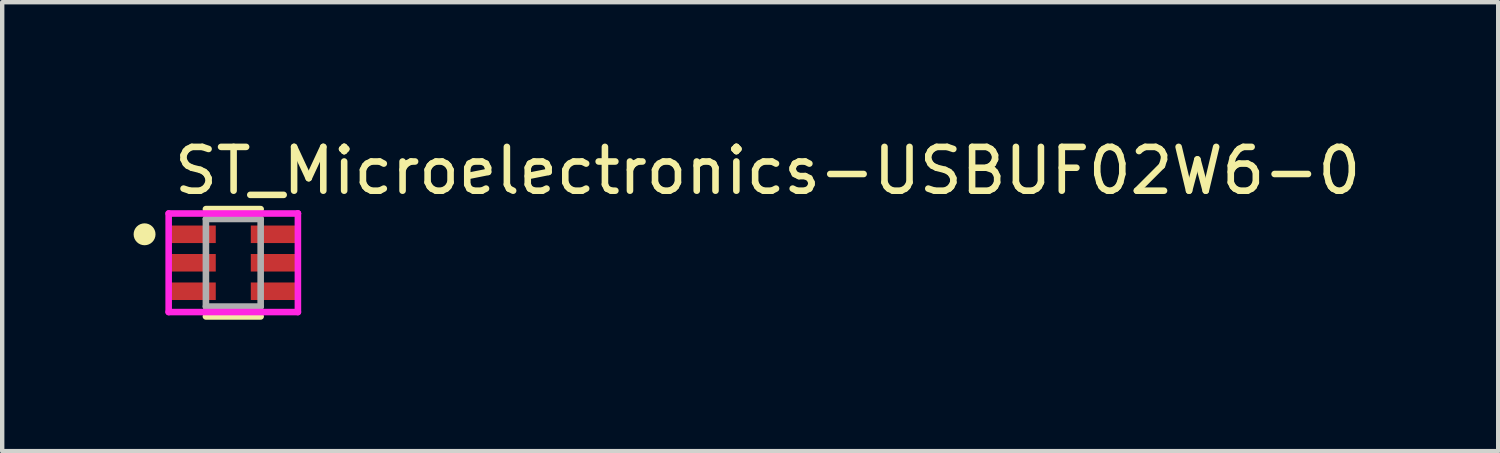
<source format=kicad_pcb>
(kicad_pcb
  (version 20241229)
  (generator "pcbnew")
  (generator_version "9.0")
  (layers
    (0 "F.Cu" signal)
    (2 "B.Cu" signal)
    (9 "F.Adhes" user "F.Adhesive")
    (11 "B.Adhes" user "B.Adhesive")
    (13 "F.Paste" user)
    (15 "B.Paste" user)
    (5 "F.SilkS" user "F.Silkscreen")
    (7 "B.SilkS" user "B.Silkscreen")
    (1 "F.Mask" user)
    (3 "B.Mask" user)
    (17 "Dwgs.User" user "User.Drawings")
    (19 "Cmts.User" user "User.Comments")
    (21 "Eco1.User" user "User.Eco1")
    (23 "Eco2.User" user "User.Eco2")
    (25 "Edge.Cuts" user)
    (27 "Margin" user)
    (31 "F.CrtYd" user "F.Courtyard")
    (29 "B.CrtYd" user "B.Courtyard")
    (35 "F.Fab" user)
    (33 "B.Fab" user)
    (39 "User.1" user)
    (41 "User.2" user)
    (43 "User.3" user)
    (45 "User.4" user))
  (footprint "ST_Microelectronics-USBUF02W6-0"
    (layer "F.Cu")
    (at 2.275 2.948)
    (property "Reference" "ST_Microelectronics-USBUF02W6-0" (at -1.425 -2.1 0) (layer "F.SilkS") (effects (font (size 1 1) (thickness 0.15)) (justify left)))
    (attr through_hole)
    (fp_line (start -0.625 -1.225) (end 0.625 -1.225) (stroke (width 0.15) (type solid)) (layer "F.SilkS"))
    (fp_line (start -0.625 1.225) (end 0.625 1.225) (stroke (width 0.15) (type solid)) (layer "F.SilkS"))
    (fp_circle (center -2.025 -0.65) (end -1.9 -0.65) (stroke (width 0.25) (type solid)) (fill no) (layer "F.SilkS"))
    (fp_line (start -1.475 -1.125) (end -1.475 1.125) (stroke (width 0.15) (type solid)) (layer "F.CrtYd"))
    (fp_line (start -1.475 1.125) (end 1.475 1.125) (stroke (width 0.15) (type solid)) (layer "F.CrtYd"))
    (fp_line (start 1.475 -1.125) (end -1.475 -1.125) (stroke (width 0.15) (type solid)) (layer "F.CrtYd"))
    (fp_line (start 1.475 -1.125) (end 1.475 -1.125) (stroke (width 0.15) (type solid)) (layer "F.CrtYd"))
    (fp_line (start 1.475 1.125) (end 1.475 -1.125) (stroke (width 0.15) (type solid)) (layer "F.CrtYd"))
    (fp_line (start -0.625 -1) (end 0.625 -1) (stroke (width 0.15) (type solid)) (layer "F.Fab"))
    (fp_line (start -0.625 1) (end -0.625 -1) (stroke (width 0.15) (type solid)) (layer "F.Fab"))
    (fp_line (start 0.625 -1) (end 0.625 1) (stroke (width 0.15) (type solid)) (layer "F.Fab"))
    (fp_line (start 0.625 1) (end -0.625 1) (stroke (width 0.15) (type solid)) (layer "F.Fab"))
    (pad "1" smd rect (at -0.925 -0.65) (size 1.05 0.4) (layers "F.Cu" "F.Mask" "F.Paste"))
    (pad "2" smd rect (at -0.925 0) (size 1.05 0.4) (layers "F.Cu" "F.Mask" "F.Paste"))
    (pad "3" smd rect (at -0.925 0.65) (size 1.05 0.4) (layers "F.Cu" "F.Mask" "F.Paste"))
    (pad "4" smd rect (at 0.925 0.65) (size 1.05 0.4) (layers "F.Cu" "F.Mask" "F.Paste"))
    (pad "5" smd rect (at 0.925 0) (size 1.05 0.4) (layers "F.Cu" "F.Mask" "F.Paste"))
    (pad "6" smd rect (at 0.925 -0.65) (size 1.05 0.4) (layers "F.Cu" "F.Mask" "F.Paste")))
  (gr_rect
    (start -3 -3)
    (end 31.148 7.248)
    (stroke (width 0.1) (type default))
    (fill no)
    (layer "Edge.Cuts")))
</source>
